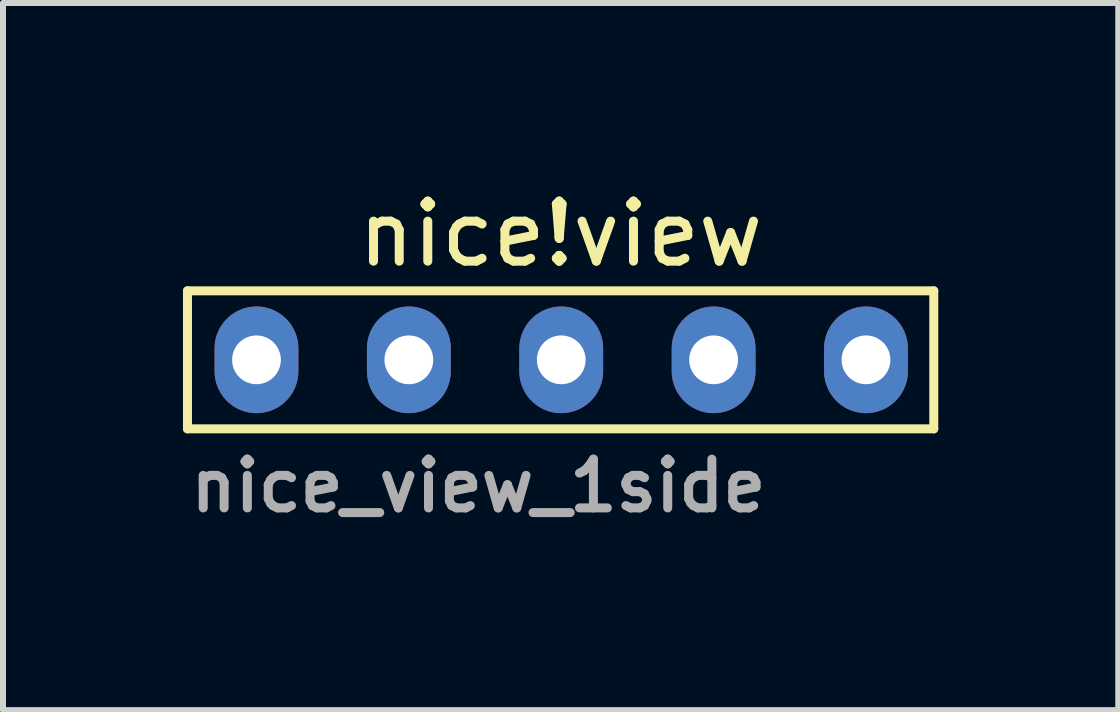
<source format=kicad_pcb>
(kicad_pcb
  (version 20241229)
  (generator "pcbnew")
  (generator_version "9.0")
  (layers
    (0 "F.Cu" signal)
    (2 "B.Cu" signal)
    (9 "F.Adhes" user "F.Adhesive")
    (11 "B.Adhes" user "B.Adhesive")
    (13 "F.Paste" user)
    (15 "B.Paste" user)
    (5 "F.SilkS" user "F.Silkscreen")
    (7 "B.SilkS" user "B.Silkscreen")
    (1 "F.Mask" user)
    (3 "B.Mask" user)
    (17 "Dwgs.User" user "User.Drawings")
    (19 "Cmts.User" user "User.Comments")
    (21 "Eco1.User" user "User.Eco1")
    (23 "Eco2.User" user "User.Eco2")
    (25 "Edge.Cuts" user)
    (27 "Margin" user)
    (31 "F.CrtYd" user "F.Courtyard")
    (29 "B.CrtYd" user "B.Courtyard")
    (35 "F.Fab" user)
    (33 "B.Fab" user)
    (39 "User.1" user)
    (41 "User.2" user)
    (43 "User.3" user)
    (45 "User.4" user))
  (footprint "nice_view_1side"
    (layer "F.Cu")
    (at 1.225 2.948)
    (property "Reference" "nice_view_1side" (at 3.7 2.1 180) (layer "F.Fab") (effects (font (size 0.813 0.813) (thickness 0.15))))
    (attr through_hole)
    (fp_line (start -1.15 -1.15) (end 11.29 -1.15) (stroke (width 0.15) (type solid)) (layer "F.SilkS"))
    (fp_line (start -1.15 1.15) (end -1.15 -1.15) (stroke (width 0.15) (type solid)) (layer "F.SilkS"))
    (fp_line (start -1.15 1.15) (end 11.29 1.15) (stroke (width 0.15) (type solid)) (layer "F.SilkS"))
    (fp_line (start 11.29 -1.15) (end 11.29 1.15) (stroke (width 0.15) (type solid)) (layer "F.SilkS"))
    (fp_text user "nice!view" (at 5.07 -2.1 0) (layer "F.SilkS") (effects (font (size 1 1) (thickness 0.15))))
    (pad "1" thru_hole oval (at 0 0) (size 1.397 1.778) (drill 0.813) (layers "*.Cu" "*.Mask"))
    (pad "2" thru_hole oval (at 2.54 0) (size 1.397 1.778) (drill 0.813) (layers "*.Cu" "*.Mask"))
    (pad "3" thru_hole oval (at 5.08 0) (size 1.397 1.778) (drill 0.813) (layers "*.Cu" "*.Mask"))
    (pad "4" thru_hole oval (at 7.62 0) (size 1.397 1.778) (drill 0.813) (layers "*.Cu" "*.Mask"))
    (pad "5" thru_hole oval (at 10.16 0) (size 1.397 1.778) (drill 0.813) (layers "*.Cu" "*.Mask")))
  (gr_rect
    (start -3 -3)
    (end 15.59 8.787)
    (stroke (width 0.1) (type default))
    (fill no)
    (layer "Edge.Cuts")))
</source>
